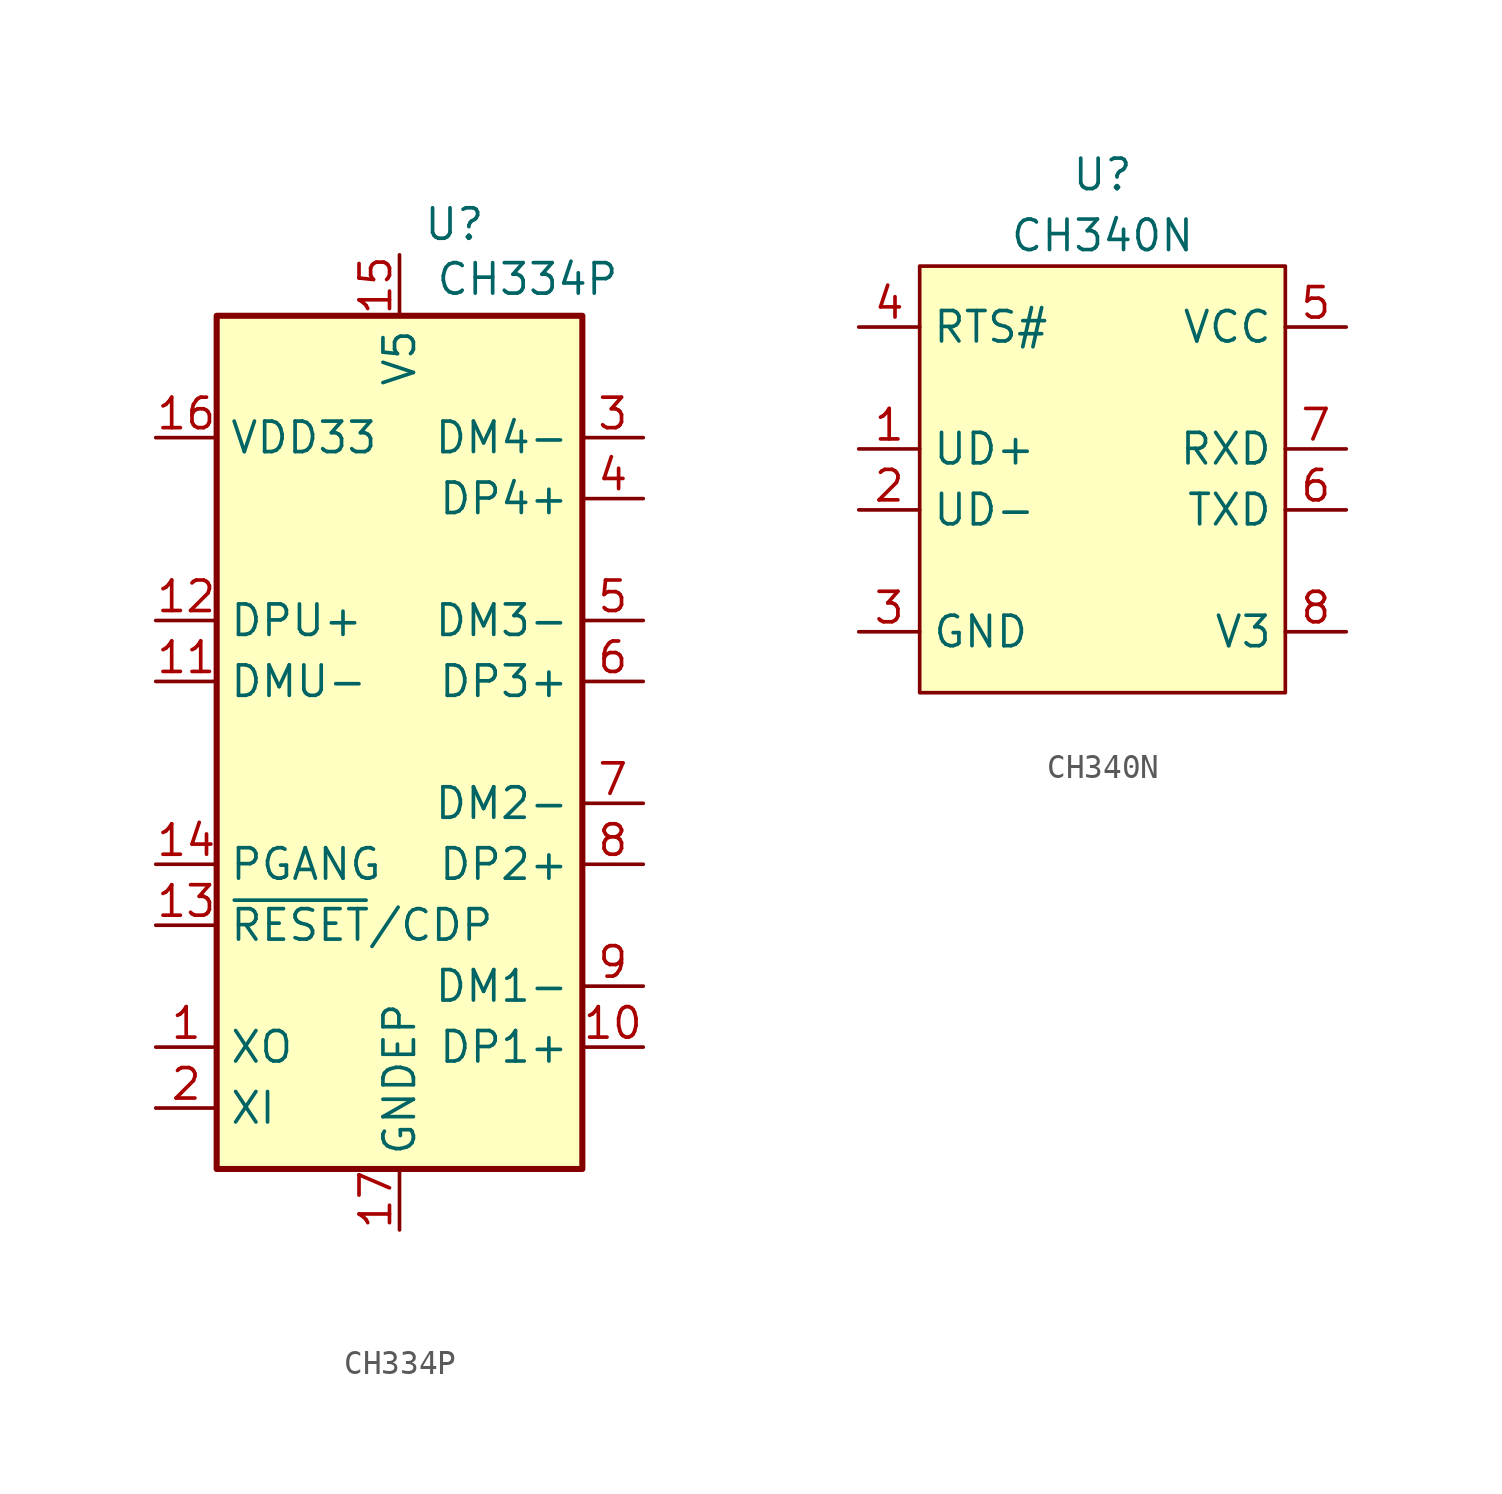
<source format=kicad_sym>
(kicad_symbol_lib
  (version 20231120)
  (generator "kicad_symbol_editor")
  (generator_version "8.0")
  (symbol "CH334P"
    (property "Reference" "U"
      (at 2.286 21.59 0)
      (effects (font (size 1.27 1.27))))
    (property "Value" "CH334P"
      (at 5.334 19.304 0)
      (effects (font (size 1.27 1.27))))
    (symbol "CH334P_0_1"
      (rectangle (start -7.62 17.78) (end 7.62 -17.78) (stroke (width 0.254) (type default)) (fill (type background))))
    (symbol "CH334P_1_1"
      (pin passive line (at -10.16 -12.7 0) (length 2.54) (name "XO" (effects (font (size 1.27 1.27)))) (number "1" (effects (font (size 1.27 1.27)))))
      (pin bidirectional line (at 10.16 -12.7 180) (length 2.54) (name "DP1+" (effects (font (size 1.27 1.27)))) (number "10" (effects (font (size 1.27 1.27)))))
      (pin bidirectional line (at -10.16 2.54 0) (length 2.54) (name "DMU-" (effects (font (size 1.27 1.27)))) (number "11" (effects (font (size 1.27 1.27)))))
      (pin bidirectional line (at -10.16 5.08 0) (length 2.54) (name "DPU+" (effects (font (size 1.27 1.27)))) (number "12" (effects (font (size 1.27 1.27)))))
      (pin input line (at -10.16 -7.62 0) (length 2.54) (name "~{RESET}/CDP" (effects (font (size 1.27 1.27)))) (number "13" (effects (font (size 1.27 1.27)))))
      (pin bidirectional line (at -10.16 -5.08 0) (length 2.54) (name "PGANG" (effects (font (size 1.27 1.27)))) (number "14" (effects (font (size 1.27 1.27)))))
      (pin power_in line (at 0 20.32 270) (length 2.54) (name "V5" (effects (font (size 1.27 1.27)))) (number "15" (effects (font (size 1.27 1.27)))))
      (pin passive line (at -10.16 12.7 0) (length 2.54) (name "VDD33" (effects (font (size 1.27 1.27)))) (number "16" (effects (font (size 1.27 1.27)))))
      (pin bidirectional line (at 0 -20.32 90) (length 2.54) (name "GNDEP" (effects (font (size 1.27 1.27)))) (number "17" (effects (font (size 1.27 1.27)))))
      (pin passive line (at -10.16 -15.24 0) (length 2.54) (name "XI" (effects (font (size 1.27 1.27)))) (number "2" (effects (font (size 1.27 1.27)))))
      (pin bidirectional line (at 10.16 12.7 180) (length 2.54) (name "DM4-" (effects (font (size 1.27 1.27)))) (number "3" (effects (font (size 1.27 1.27)))))
      (pin bidirectional line (at 10.16 10.16 180) (length 2.54) (name "DP4+" (effects (font (size 1.27 1.27)))) (number "4" (effects (font (size 1.27 1.27)))))
      (pin bidirectional line (at 10.16 5.08 180) (length 2.54) (name "DM3-" (effects (font (size 1.27 1.27)))) (number "5" (effects (font (size 1.27 1.27)))))
      (pin bidirectional line (at 10.16 2.54 180) (length 2.54) (name "DP3+" (effects (font (size 1.27 1.27)))) (number "6" (effects (font (size 1.27 1.27)))))
      (pin bidirectional line (at 10.16 -2.54 180) (length 2.54) (name "DM2-" (effects (font (size 1.27 1.27)))) (number "7" (effects (font (size 1.27 1.27)))))
      (pin bidirectional line (at 10.16 -5.08 180) (length 2.54) (name "DP2+" (effects (font (size 1.27 1.27)))) (number "8" (effects (font (size 1.27 1.27)))))
      (pin bidirectional line (at 10.16 -10.16 180) (length 2.54) (name "DM1-" (effects (font (size 1.27 1.27)))) (number "9" (effects (font (size 1.27 1.27)))))))
  (symbol "CH340N"
    (property "Reference" "U"
      (at 0 12.7 0)
      (effects (font (size 1.27 1.27))))
    (property "Value" "CH340N"
      (at 0 10.16 0)
      (effects (font (size 1.27 1.27))))
    (symbol "CH340N_1_1"
      (rectangle (start -7.62 8.89) (end 7.62 -8.89) (stroke (width 0) (type default)) (fill (type background)))
      (pin bidirectional line (at -10.16 1.27 0) (length 2.54) (name "UD+" (effects (font (size 1.27 1.27)))) (number "1" (effects (font (size 1.27 1.27)))))
      (pin bidirectional line (at -10.16 -1.27 0) (length 2.54) (name "UD-" (effects (font (size 1.27 1.27)))) (number "2" (effects (font (size 1.27 1.27)))))
      (pin bidirectional line (at -10.16 -6.35 0) (length 2.54) (name "GND" (effects (font (size 1.27 1.27)))) (number "3" (effects (font (size 1.27 1.27)))))
      (pin bidirectional line (at -10.16 6.35 0) (length 2.54) (name "RTS#" (effects (font (size 1.27 1.27)))) (number "4" (effects (font (size 1.27 1.27)))))
      (pin bidirectional line (at 10.16 6.35 180) (length 2.54) (name "VCC" (effects (font (size 1.27 1.27)))) (number "5" (effects (font (size 1.27 1.27)))))
      (pin bidirectional line (at 10.16 -1.27 180) (length 2.54) (name "TXD" (effects (font (size 1.27 1.27)))) (number "6" (effects (font (size 1.27 1.27)))))
      (pin bidirectional line (at 10.16 1.27 180) (length 2.54) (name "RXD" (effects (font (size 1.27 1.27)))) (number "7" (effects (font (size 1.27 1.27)))))
      (pin bidirectional line (at 10.16 -6.35 180) (length 2.54) (name "V3" (effects (font (size 1.27 1.27)))) (number "8" (effects (font (size 1.27 1.27))))))))
</source>
